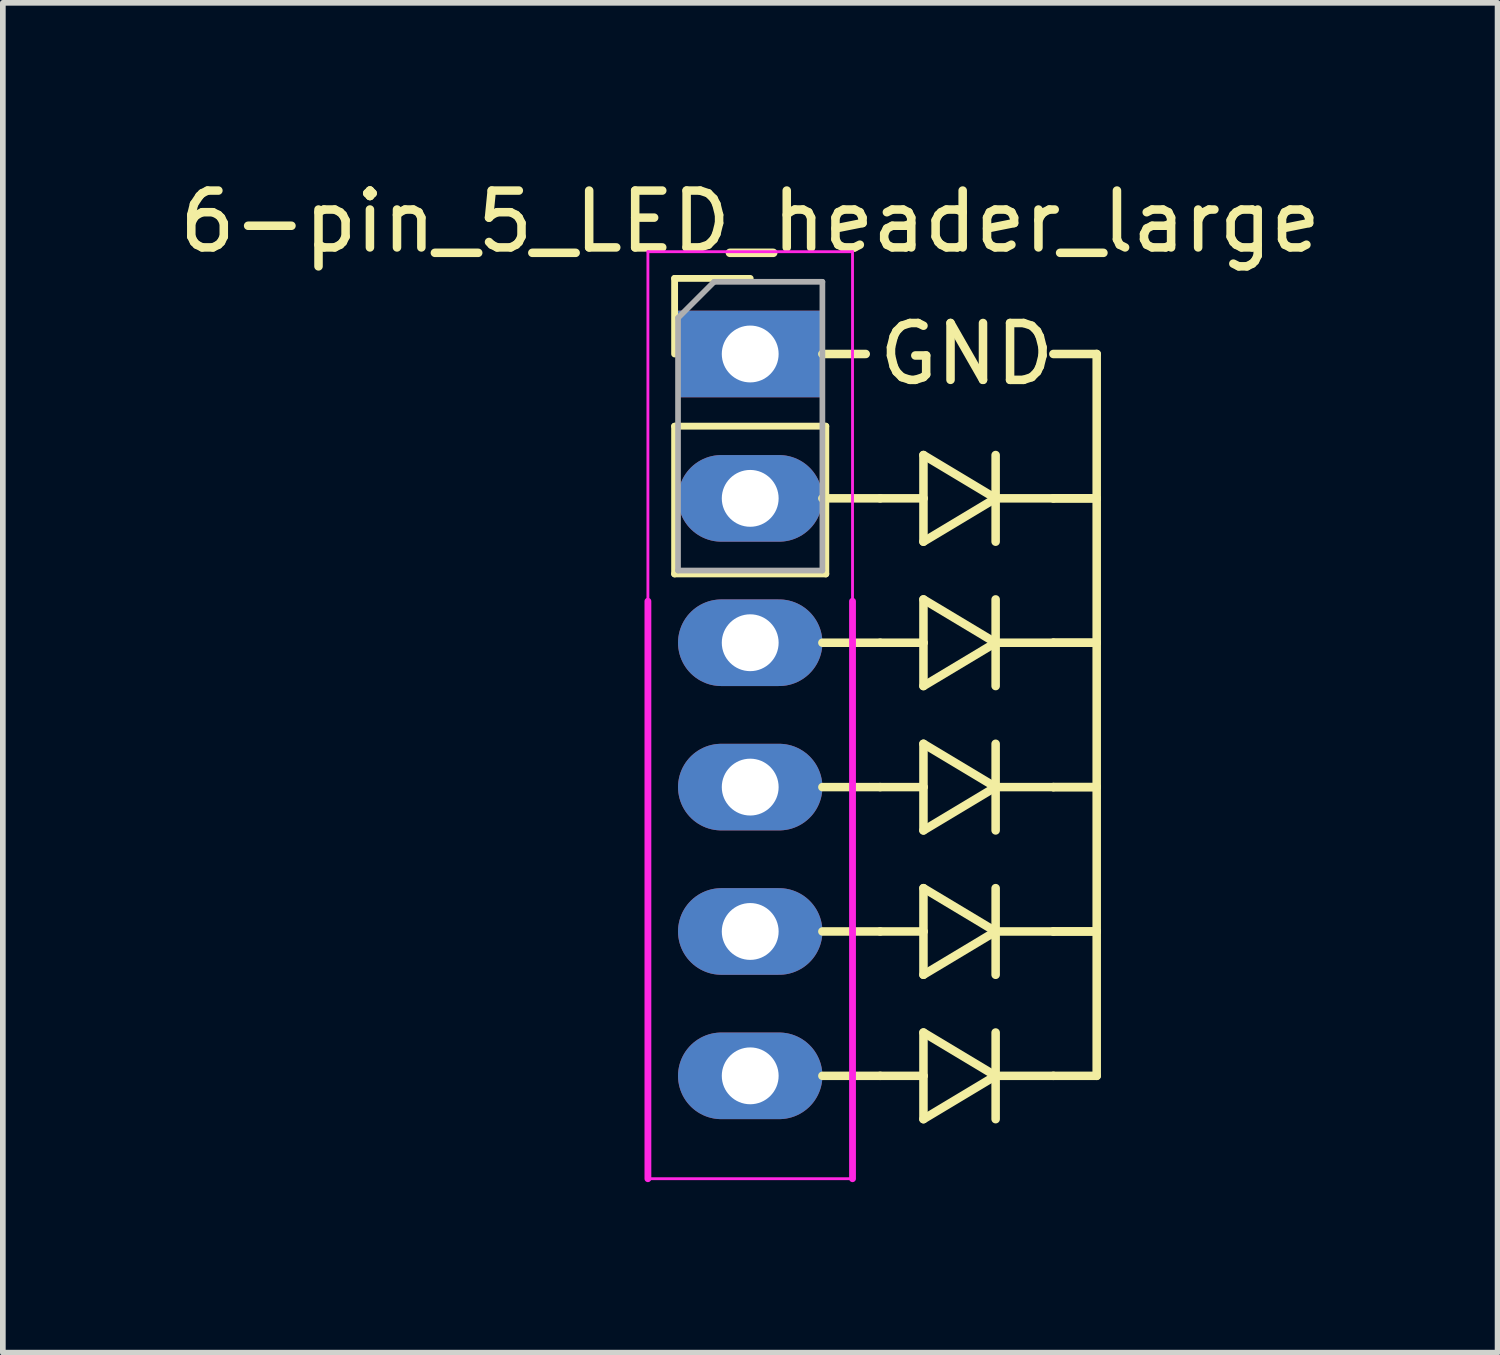
<source format=kicad_pcb>
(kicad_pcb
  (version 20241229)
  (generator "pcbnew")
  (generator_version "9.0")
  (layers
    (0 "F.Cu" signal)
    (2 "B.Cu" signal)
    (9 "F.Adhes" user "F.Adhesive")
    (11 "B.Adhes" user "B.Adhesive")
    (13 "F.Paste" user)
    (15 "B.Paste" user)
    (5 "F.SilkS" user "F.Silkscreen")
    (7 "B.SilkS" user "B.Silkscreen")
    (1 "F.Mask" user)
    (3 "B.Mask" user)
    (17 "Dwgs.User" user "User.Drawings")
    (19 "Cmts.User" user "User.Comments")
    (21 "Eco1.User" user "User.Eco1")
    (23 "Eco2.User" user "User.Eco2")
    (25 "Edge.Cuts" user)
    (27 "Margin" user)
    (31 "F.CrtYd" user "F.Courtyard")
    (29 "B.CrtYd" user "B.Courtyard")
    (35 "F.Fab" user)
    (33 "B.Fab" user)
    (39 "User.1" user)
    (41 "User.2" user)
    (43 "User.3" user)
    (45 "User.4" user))
  (footprint "6-pin_5_LED_header_large"
    (layer "F.Cu")
    (at 10.149 3.178)
    (property "Reference" "6-pin_5_LED_header_large" (at 0 -2.33 0) (layer "F.SilkS") (effects (font (size 1 1) (thickness 0.15))))
    (attr through_hole)
    (fp_line (start -1.33 -1.33) (end 0 -1.33) (stroke (width 0.12) (type solid)) (layer "F.SilkS"))
    (fp_line (start -1.33 0) (end -1.33 -1.33) (stroke (width 0.12) (type solid)) (layer "F.SilkS"))
    (fp_line (start -1.33 1.27) (end -1.33 3.87) (stroke (width 0.12) (type solid)) (layer "F.SilkS"))
    (fp_line (start -1.33 1.27) (end 1.33 1.27) (stroke (width 0.12) (type solid)) (layer "F.SilkS"))
    (fp_line (start -1.33 3.87) (end 1.33 3.87) (stroke (width 0.12) (type solid)) (layer "F.SilkS"))
    (fp_line (start 1.27 0) (end 2.032 0) (stroke (width 0.15) (type solid)) (layer "F.SilkS"))
    (fp_line (start 1.27 2.54) (end 2.286 2.54) (stroke (width 0.15) (type solid)) (layer "F.SilkS"))
    (fp_line (start 1.27 5.08) (end 2.286 5.08) (stroke (width 0.15) (type solid)) (layer "F.SilkS"))
    (fp_line (start 1.27 7.62) (end 2.286 7.62) (stroke (width 0.15) (type solid)) (layer "F.SilkS"))
    (fp_line (start 1.27 10.16) (end 2.286 10.16) (stroke (width 0.15) (type solid)) (layer "F.SilkS"))
    (fp_line (start 1.33 1.27) (end 1.33 3.87) (stroke (width 0.12) (type solid)) (layer "F.SilkS"))
    (fp_line (start 2.286 12.7) (end 1.27 12.7) (stroke (width 0.15) (type solid)) (layer "F.SilkS"))
    (fp_line (start 3.048 1.778) (end 4.318 2.54) (stroke (width 0.15) (type solid)) (layer "F.SilkS"))
    (fp_line (start 3.048 2.54) (end 2.286 2.54) (stroke (width 0.15) (type solid)) (layer "F.SilkS"))
    (fp_line (start 3.048 2.54) (end 3.048 1.778) (stroke (width 0.15) (type solid)) (layer "F.SilkS"))
    (fp_line (start 3.048 3.302) (end 3.048 2.54) (stroke (width 0.15) (type solid)) (layer "F.SilkS"))
    (fp_line (start 3.048 4.318) (end 4.318 5.08) (stroke (width 0.15) (type solid)) (layer "F.SilkS"))
    (fp_line (start 3.048 5.08) (end 2.286 5.08) (stroke (width 0.15) (type solid)) (layer "F.SilkS"))
    (fp_line (start 3.048 5.08) (end 3.048 4.318) (stroke (width 0.15) (type solid)) (layer "F.SilkS"))
    (fp_line (start 3.048 5.842) (end 3.048 5.08) (stroke (width 0.15) (type solid)) (layer "F.SilkS"))
    (fp_line (start 3.048 6.858) (end 4.318 7.62) (stroke (width 0.15) (type solid)) (layer "F.SilkS"))
    (fp_line (start 3.048 7.62) (end 2.286 7.62) (stroke (width 0.15) (type solid)) (layer "F.SilkS"))
    (fp_line (start 3.048 7.62) (end 3.048 6.858) (stroke (width 0.15) (type solid)) (layer "F.SilkS"))
    (fp_line (start 3.048 8.382) (end 3.048 7.62) (stroke (width 0.15) (type solid)) (layer "F.SilkS"))
    (fp_line (start 3.048 9.398) (end 4.318 10.16) (stroke (width 0.15) (type solid)) (layer "F.SilkS"))
    (fp_line (start 3.048 10.16) (end 2.286 10.16) (stroke (width 0.15) (type solid)) (layer "F.SilkS"))
    (fp_line (start 3.048 10.16) (end 3.048 9.398) (stroke (width 0.15) (type solid)) (layer "F.SilkS"))
    (fp_line (start 3.048 10.922) (end 3.048 10.16) (stroke (width 0.15) (type solid)) (layer "F.SilkS"))
    (fp_line (start 3.048 11.938) (end 4.318 12.7) (stroke (width 0.15) (type solid)) (layer "F.SilkS"))
    (fp_line (start 3.048 12.7) (end 2.286 12.7) (stroke (width 0.15) (type solid)) (layer "F.SilkS"))
    (fp_line (start 3.048 12.7) (end 3.048 11.938) (stroke (width 0.15) (type solid)) (layer "F.SilkS"))
    (fp_line (start 3.048 13.462) (end 3.048 12.7) (stroke (width 0.15) (type solid)) (layer "F.SilkS"))
    (fp_line (start 4.318 1.778) (end 4.318 3.302) (stroke (width 0.15) (type solid)) (layer "F.SilkS"))
    (fp_line (start 4.318 2.54) (end 3.048 3.302) (stroke (width 0.15) (type solid)) (layer "F.SilkS"))
    (fp_line (start 4.318 2.54) (end 5.334 2.54) (stroke (width 0.15) (type solid)) (layer "F.SilkS"))
    (fp_line (start 4.318 4.318) (end 4.318 5.842) (stroke (width 0.15) (type solid)) (layer "F.SilkS"))
    (fp_line (start 4.318 5.08) (end 3.048 5.842) (stroke (width 0.15) (type solid)) (layer "F.SilkS"))
    (fp_line (start 4.318 5.08) (end 5.334 5.08) (stroke (width 0.15) (type solid)) (layer "F.SilkS"))
    (fp_line (start 4.318 6.858) (end 4.318 8.382) (stroke (width 0.15) (type solid)) (layer "F.SilkS"))
    (fp_line (start 4.318 7.62) (end 3.048 8.382) (stroke (width 0.15) (type solid)) (layer "F.SilkS"))
    (fp_line (start 4.318 7.62) (end 5.334 7.62) (stroke (width 0.15) (type solid)) (layer "F.SilkS"))
    (fp_line (start 4.318 9.398) (end 4.318 10.922) (stroke (width 0.15) (type solid)) (layer "F.SilkS"))
    (fp_line (start 4.318 10.16) (end 3.048 10.922) (stroke (width 0.15) (type solid)) (layer "F.SilkS"))
    (fp_line (start 4.318 10.16) (end 5.334 10.16) (stroke (width 0.15) (type solid)) (layer "F.SilkS"))
    (fp_line (start 4.318 11.938) (end 4.318 13.462) (stroke (width 0.15) (type solid)) (layer "F.SilkS"))
    (fp_line (start 4.318 12.7) (end 3.048 13.462) (stroke (width 0.15) (type solid)) (layer "F.SilkS"))
    (fp_line (start 4.318 12.7) (end 5.334 12.7) (stroke (width 0.15) (type solid)) (layer "F.SilkS"))
    (fp_line (start 5.334 0) (end 6.096 0) (stroke (width 0.15) (type solid)) (layer "F.SilkS"))
    (fp_line (start 6.096 0) (end 6.096 12.7) (stroke (width 0.15) (type solid)) (layer "F.SilkS"))
    (fp_line (start 6.096 2.54) (end 5.334 2.54) (stroke (width 0.15) (type solid)) (layer "F.SilkS"))
    (fp_line (start 6.096 2.54) (end 5.334 2.54) (stroke (width 0.15) (type solid)) (layer "F.SilkS"))
    (fp_line (start 6.096 5.08) (end 5.334 5.08) (stroke (width 0.15) (type solid)) (layer "F.SilkS"))
    (fp_line (start 6.096 5.08) (end 5.334 5.08) (stroke (width 0.15) (type solid)) (layer "F.SilkS"))
    (fp_line (start 6.096 7.62) (end 5.334 7.62) (stroke (width 0.15) (type solid)) (layer "F.SilkS"))
    (fp_line (start 6.096 7.62) (end 5.334 7.62) (stroke (width 0.15) (type solid)) (layer "F.SilkS"))
    (fp_line (start 6.096 10.16) (end 5.334 10.16) (stroke (width 0.15) (type solid)) (layer "F.SilkS"))
    (fp_line (start 6.096 10.16) (end 5.334 10.16) (stroke (width 0.15) (type solid)) (layer "F.SilkS"))
    (fp_line (start 6.096 12.7) (end 5.334 12.7) (stroke (width 0.15) (type solid)) (layer "F.SilkS"))
    (fp_line (start -1.8 -1.8) (end -1.8 4.35) (stroke (width 0.05) (type solid)) (layer "F.CrtYd"))
    (fp_line (start -1.8 4.35) (end -1.8 14.51) (stroke (width 0.12) (type solid)) (layer "F.CrtYd"))
    (fp_line (start -1.8 14.51) (end 1.8 14.51) (stroke (width 0.05) (type solid)) (layer "F.CrtYd"))
    (fp_line (start 1.8 -1.8) (end -1.8 -1.8) (stroke (width 0.05) (type solid)) (layer "F.CrtYd"))
    (fp_line (start 1.8 4.35) (end 1.8 -1.8) (stroke (width 0.05) (type solid)) (layer "F.CrtYd"))
    (fp_line (start 1.8 14.51) (end 1.8 4.35) (stroke (width 0.12) (type solid)) (layer "F.CrtYd"))
    (fp_line (start -1.27 -0.635) (end -0.635 -1.27) (stroke (width 0.1) (type solid)) (layer "F.Fab"))
    (fp_line (start -1.27 3.81) (end -1.27 -0.635) (stroke (width 0.1) (type solid)) (layer "F.Fab"))
    (fp_line (start -0.635 -1.27) (end 1.27 -1.27) (stroke (width 0.1) (type solid)) (layer "F.Fab"))
    (fp_line (start 1.27 -1.27) (end 1.27 3.81) (stroke (width 0.1) (type solid)) (layer "F.Fab"))
    (fp_line (start 1.27 3.81) (end -1.27 3.81) (stroke (width 0.1) (type solid)) (layer "F.Fab"))
    (fp_text user "GND" (at 3.81 0 0) (layer "F.SilkS") (effects (font (size 1 1) (thickness 0.15))))
    (pad "1" thru_hole rect (at 0 0) (size 2.54 1.524) (drill 1) (layers "*.Cu" "*.Mask"))
    (pad "2" thru_hole oval (at 0 2.54) (size 2.54 1.524) (drill 1) (layers "*.Cu" "*.Mask"))
    (pad "3" thru_hole oval (at 0 5.08) (size 2.54 1.524) (drill 1) (layers "*.Cu" "*.Mask"))
    (pad "4" thru_hole oval (at 0 7.62) (size 2.54 1.524) (drill 1) (layers "*.Cu" "*.Mask"))
    (pad "5" thru_hole oval (at 0 10.16) (size 2.54 1.524) (drill 1) (layers "*.Cu" "*.Mask"))
    (pad "6" thru_hole oval (at 0 12.7) (size 2.54 1.524) (drill 1) (layers "*.Cu" "*.Mask")))
  (gr_rect
    (start -3 -3)
    (end 23.298 20.748)
    (stroke (width 0.1) (type default))
    (fill no)
    (layer "Edge.Cuts")))
</source>
